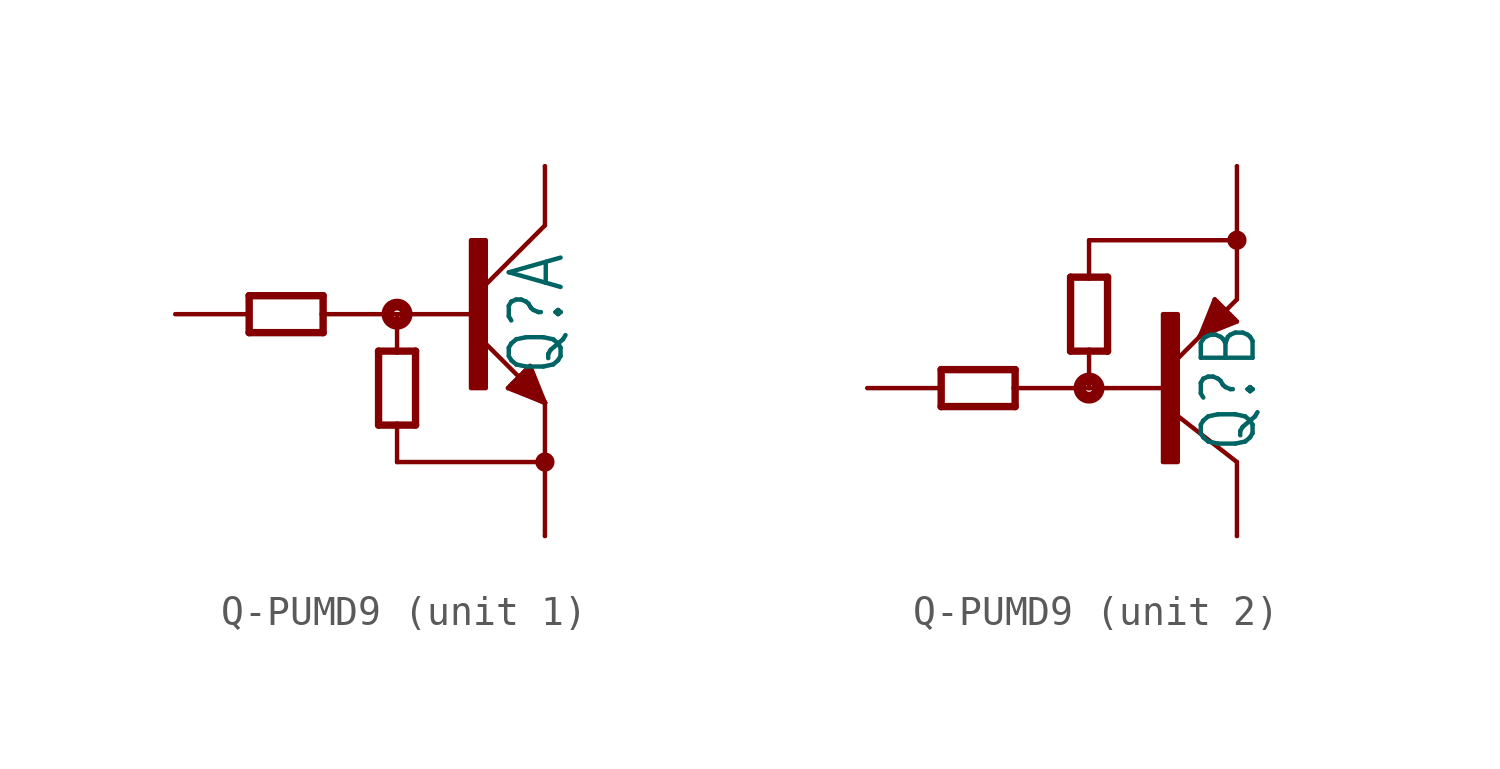
<source format=kicad_sym>
(kicad_symbol_lib
  (version 20231120)
  (generator "kicad_symbol_editor")
  (generator_version "8.0")
  (symbol "Q-PUMD9"
    (property "Reference" "Q"
      (at 5.842 0 90)
      (effects (font (size 1.778 1.511)) (justify bottom)))
    (property "Value" ""
      (at 8.382 0 90)
      (effects (font (size 1.778 1.511)) (justify bottom)))
    (property "ki_locked" ""
      (at 0 0 0)
      (effects (font (size 1.27 1.27))))
    (symbol "Q-PUMD9_1_0"
      (polyline (pts (xy -5.08 -0.635) (xy -2.54 -0.635)) (stroke (width 0.254) (type solid)) (fill (type none)))
      (polyline (pts (xy -5.08 0.635) (xy -5.08 -0.635)) (stroke (width 0.254) (type solid)) (fill (type none)))
      (polyline (pts (xy -2.54 -0.635) (xy -2.54 0)) (stroke (width 0.254) (type solid)) (fill (type none)))
      (polyline (pts (xy -2.54 0) (xy -2.54 0.635)) (stroke (width 0.254) (type solid)) (fill (type none)))
      (polyline (pts (xy -2.54 0.635) (xy -5.08 0.635)) (stroke (width 0.254) (type solid)) (fill (type none)))
      (polyline (pts (xy -0.635 -3.81) (xy 0 -3.81)) (stroke (width 0.254) (type solid)) (fill (type none)))
      (polyline (pts (xy -0.635 -1.27) (xy -0.635 -3.81)) (stroke (width 0.254) (type solid)) (fill (type none)))
      (polyline (pts (xy 0 -5.08) (xy 0 -3.81)) (stroke (width 0.152) (type solid)) (fill (type none)))
      (polyline (pts (xy 0 -3.81) (xy 0.635 -3.81)) (stroke (width 0.254) (type solid)) (fill (type none)))
      (polyline (pts (xy 0 -1.27) (xy -0.635 -1.27)) (stroke (width 0.254) (type solid)) (fill (type none)))
      (polyline (pts (xy 0 -1.27) (xy 0 0)) (stroke (width 0.152) (type solid)) (fill (type none)))
      (polyline (pts (xy 0 0) (xy -2.54 0)) (stroke (width 0.152) (type solid)) (fill (type none)))
      (polyline (pts (xy 0.635 -3.81) (xy 0.635 -1.27)) (stroke (width 0.254) (type solid)) (fill (type none)))
      (polyline (pts (xy 0.635 -1.27) (xy 0 -1.27)) (stroke (width 0.254) (type solid)) (fill (type none)))
      (polyline (pts (xy 2.54 0) (xy 0 0)) (stroke (width 0.152) (type solid)) (fill (type none)))
      (polyline (pts (xy 3.81 -2.54) (xy 5.08 -3.048)) (stroke (width 0.152) (type solid)) (fill (type none)))
      (polyline (pts (xy 3.873 -2.477) (xy 3.81 -2.54)) (stroke (width 0.152) (type solid)) (fill (type none)))
      (polyline (pts (xy 3.937 -2.413) (xy 3.873 -2.477)) (stroke (width 0.152) (type solid)) (fill (type none)))
      (polyline (pts (xy 4 -2.349) (xy 3.937 -2.413)) (stroke (width 0.152) (type solid)) (fill (type none)))
      (polyline (pts (xy 4.064 -2.286) (xy 4 -2.349)) (stroke (width 0.152) (type solid)) (fill (type none)))
      (polyline (pts (xy 4.128 -2.223) (xy 4.064 -2.286)) (stroke (width 0.152) (type solid)) (fill (type none)))
      (polyline (pts (xy 4.255 -2.095) (xy 4.128 -2.223)) (stroke (width 0.152) (type solid)) (fill (type none)))
      (polyline (pts (xy 4.318 -2.032) (xy 4.255 -2.095)) (stroke (width 0.152) (type solid)) (fill (type none)))
      (polyline (pts (xy 4.381 -1.968) (xy 4.318 -2.032)) (stroke (width 0.152) (type solid)) (fill (type none)))
      (polyline (pts (xy 4.445 -1.905) (xy 4.381 -1.968)) (stroke (width 0.152) (type solid)) (fill (type none)))
      (polyline (pts (xy 4.508 -1.841) (xy 4.445 -1.905)) (stroke (width 0.152) (type solid)) (fill (type none)))
      (polyline (pts (xy 4.572 -1.778) (xy 4.508 -1.841)) (stroke (width 0.152) (type solid)) (fill (type none)))
      (polyline (pts (xy 5.08 -5.08) (xy 0 -5.08)) (stroke (width 0.152) (type solid)) (fill (type none)))
      (polyline (pts (xy 5.08 -5.08) (xy 5.08 -7.62)) (stroke (width 0.152) (type solid)) (fill (type none)))
      (polyline (pts (xy 5.08 -3.048) (xy 2.794 -0.762)) (stroke (width 0.152) (type solid)) (fill (type none)))
      (polyline (pts (xy 5.08 -3.048) (xy 3.873 -2.477)) (stroke (width 0.152) (type solid)) (fill (type none)))
      (polyline (pts (xy 5.08 -3.048) (xy 3.937 -2.413)) (stroke (width 0.152) (type solid)) (fill (type none)))
      (polyline (pts (xy 5.08 -3.048) (xy 4 -2.349)) (stroke (width 0.152) (type solid)) (fill (type none)))
      (polyline (pts (xy 5.08 -3.048) (xy 4.064 -2.286)) (stroke (width 0.152) (type solid)) (fill (type none)))
      (polyline (pts (xy 5.08 -3.048) (xy 4.128 -2.223)) (stroke (width 0.152) (type solid)) (fill (type none)))
      (polyline (pts (xy 5.08 -3.048) (xy 4.255 -2.095)) (stroke (width 0.152) (type solid)) (fill (type none)))
      (polyline (pts (xy 5.08 -3.048) (xy 4.318 -2.032)) (stroke (width 0.152) (type solid)) (fill (type none)))
      (polyline (pts (xy 5.08 -3.048) (xy 4.381 -1.968)) (stroke (width 0.152) (type solid)) (fill (type none)))
      (polyline (pts (xy 5.08 -3.048) (xy 4.445 -1.905)) (stroke (width 0.152) (type solid)) (fill (type none)))
      (polyline (pts (xy 5.08 -3.048) (xy 4.508 -1.841)) (stroke (width 0.152) (type solid)) (fill (type none)))
      (polyline (pts (xy 5.08 -3.048) (xy 4.572 -1.778)) (stroke (width 0.152) (type solid)) (fill (type none)))
      (polyline (pts (xy 5.08 -3.048) (xy 5.08 -5.08)) (stroke (width 0.152) (type solid)) (fill (type none)))
      (polyline (pts (xy 5.08 3.048) (xy 2.794 0.762)) (stroke (width 0.152) (type solid)) (fill (type none)))
      (polyline (pts (xy 5.08 5.08) (xy 5.08 3.048)) (stroke (width 0.152) (type solid)) (fill (type none)))
      (circle (center 0 0) (radius 0.127) (stroke (width 0.406) (type solid)) (fill (type none)))
      (rectangle (start 2.54 -2.54) (end 3.048 2.54) (stroke (width 0) (type default)) (fill (type outline)))
      (circle (center 5.08 -5.08) (radius 0.203) (stroke (width 0.254) (type solid)) (fill (type none)))
      (pin passive line (at 5.08 -7.62 90) (length 0) (name "E" (effects (font (size 0 0)))) (number "1" (effects (font (size 0 0)))))
      (pin passive line (at -7.62 0 0) (length 2.54) (name "B" (effects (font (size 0 0)))) (number "2" (effects (font (size 0 0)))))
      (pin passive line (at 5.08 5.08 270) (length 0) (name "C" (effects (font (size 0 0)))) (number "6" (effects (font (size 0 0))))))
    (symbol "Q-PUMD9_2_0"
      (polyline (pts (xy -5.08 -0.635) (xy -5.08 0.635)) (stroke (width 0.254) (type solid)) (fill (type none)))
      (polyline (pts (xy -5.08 0.635) (xy -2.54 0.635)) (stroke (width 0.254) (type solid)) (fill (type none)))
      (polyline (pts (xy -2.54 -0.635) (xy -5.08 -0.635)) (stroke (width 0.254) (type solid)) (fill (type none)))
      (polyline (pts (xy -2.54 0) (xy -2.54 -0.635)) (stroke (width 0.254) (type solid)) (fill (type none)))
      (polyline (pts (xy -2.54 0.635) (xy -2.54 0)) (stroke (width 0.254) (type solid)) (fill (type none)))
      (polyline (pts (xy -0.635 1.27) (xy -0.635 3.81)) (stroke (width 0.254) (type solid)) (fill (type none)))
      (polyline (pts (xy -0.635 3.81) (xy 0 3.81)) (stroke (width 0.254) (type solid)) (fill (type none)))
      (polyline (pts (xy 0 0) (xy -2.54 0)) (stroke (width 0.152) (type solid)) (fill (type none)))
      (polyline (pts (xy 0 0) (xy 2.794 0)) (stroke (width 0.152) (type solid)) (fill (type none)))
      (polyline (pts (xy 0 1.27) (xy -0.635 1.27)) (stroke (width 0.254) (type solid)) (fill (type none)))
      (polyline (pts (xy 0 1.27) (xy 0 0)) (stroke (width 0.152) (type solid)) (fill (type none)))
      (polyline (pts (xy 0 3.81) (xy 0.635 3.81)) (stroke (width 0.254) (type solid)) (fill (type none)))
      (polyline (pts (xy 0 5.08) (xy 0 3.81)) (stroke (width 0.152) (type solid)) (fill (type none)))
      (polyline (pts (xy 0.635 1.27) (xy 0 1.27)) (stroke (width 0.254) (type solid)) (fill (type none)))
      (polyline (pts (xy 0.635 3.81) (xy 0.635 1.27)) (stroke (width 0.254) (type solid)) (fill (type none)))
      (polyline (pts (xy 3.81 1.778) (xy 2.794 0.762)) (stroke (width 0.152) (type solid)) (fill (type none)))
      (polyline (pts (xy 3.81 1.778) (xy 4.318 3.048)) (stroke (width 0.152) (type solid)) (fill (type none)))
      (polyline (pts (xy 3.81 1.778) (xy 4.381 2.985)) (stroke (width 0.152) (type solid)) (fill (type none)))
      (polyline (pts (xy 3.81 1.778) (xy 4.445 2.921)) (stroke (width 0.152) (type solid)) (fill (type none)))
      (polyline (pts (xy 3.81 1.778) (xy 4.508 2.857)) (stroke (width 0.152) (type solid)) (fill (type none)))
      (polyline (pts (xy 3.81 1.778) (xy 4.572 2.794)) (stroke (width 0.152) (type solid)) (fill (type none)))
      (polyline (pts (xy 3.81 1.778) (xy 4.636 2.731)) (stroke (width 0.152) (type solid)) (fill (type none)))
      (polyline (pts (xy 3.81 1.778) (xy 4.763 2.603)) (stroke (width 0.152) (type solid)) (fill (type none)))
      (polyline (pts (xy 3.81 1.778) (xy 4.826 2.54)) (stroke (width 0.152) (type solid)) (fill (type none)))
      (polyline (pts (xy 3.81 1.778) (xy 4.889 2.477)) (stroke (width 0.152) (type solid)) (fill (type none)))
      (polyline (pts (xy 3.81 1.778) (xy 4.953 2.413)) (stroke (width 0.152) (type solid)) (fill (type none)))
      (polyline (pts (xy 3.81 1.778) (xy 5.016 2.349)) (stroke (width 0.152) (type solid)) (fill (type none)))
      (polyline (pts (xy 4.318 3.048) (xy 4.381 2.985)) (stroke (width 0.152) (type solid)) (fill (type none)))
      (polyline (pts (xy 4.381 2.985) (xy 4.445 2.921)) (stroke (width 0.152) (type solid)) (fill (type none)))
      (polyline (pts (xy 4.445 2.921) (xy 4.508 2.857)) (stroke (width 0.152) (type solid)) (fill (type none)))
      (polyline (pts (xy 4.508 2.857) (xy 4.572 2.794)) (stroke (width 0.152) (type solid)) (fill (type none)))
      (polyline (pts (xy 4.572 2.794) (xy 4.636 2.731)) (stroke (width 0.152) (type solid)) (fill (type none)))
      (polyline (pts (xy 4.636 2.731) (xy 4.763 2.603)) (stroke (width 0.152) (type solid)) (fill (type none)))
      (polyline (pts (xy 4.763 2.603) (xy 4.826 2.54)) (stroke (width 0.152) (type solid)) (fill (type none)))
      (polyline (pts (xy 4.826 2.54) (xy 4.889 2.477)) (stroke (width 0.152) (type solid)) (fill (type none)))
      (polyline (pts (xy 4.889 2.477) (xy 4.953 2.413)) (stroke (width 0.152) (type solid)) (fill (type none)))
      (polyline (pts (xy 4.953 2.413) (xy 5.016 2.349)) (stroke (width 0.152) (type solid)) (fill (type none)))
      (polyline (pts (xy 5.016 2.349) (xy 5.08 2.286)) (stroke (width 0.152) (type solid)) (fill (type none)))
      (polyline (pts (xy 5.08 -2.54) (xy 2.794 -0.762)) (stroke (width 0.152) (type solid)) (fill (type none)))
      (polyline (pts (xy 5.08 -2.54) (xy 5.08 -5.08)) (stroke (width 0.152) (type solid)) (fill (type none)))
      (polyline (pts (xy 5.08 2.286) (xy 3.81 1.778)) (stroke (width 0.152) (type solid)) (fill (type none)))
      (polyline (pts (xy 5.08 3.048) (xy 3.81 1.778)) (stroke (width 0.152) (type solid)) (fill (type none)))
      (polyline (pts (xy 5.08 3.048) (xy 5.08 5.08)) (stroke (width 0.152) (type solid)) (fill (type none)))
      (polyline (pts (xy 5.08 5.08) (xy 0 5.08)) (stroke (width 0.152) (type solid)) (fill (type none)))
      (polyline (pts (xy 5.08 5.08) (xy 5.08 7.62)) (stroke (width 0.152) (type solid)) (fill (type none)))
      (circle (center 0 0) (radius 0.127) (stroke (width 0.406) (type solid)) (fill (type none)))
      (rectangle (start 2.54 -2.54) (end 3.048 2.54) (stroke (width 0) (type default)) (fill (type outline)))
      (circle (center 5.08 5.08) (radius 0.203) (stroke (width 0.254) (type solid)) (fill (type none)))
      (pin passive line (at 5.08 -5.08 90) (length 0) (name "C" (effects (font (size 0 0)))) (number "3" (effects (font (size 0 0)))))
      (pin passive line (at 5.08 7.62 270) (length 0) (name "E" (effects (font (size 0 0)))) (number "4" (effects (font (size 0 0)))))
      (pin passive line (at -7.62 0 0) (length 2.54) (name "B" (effects (font (size 0 0)))) (number "5" (effects (font (size 0 0))))))))
</source>
